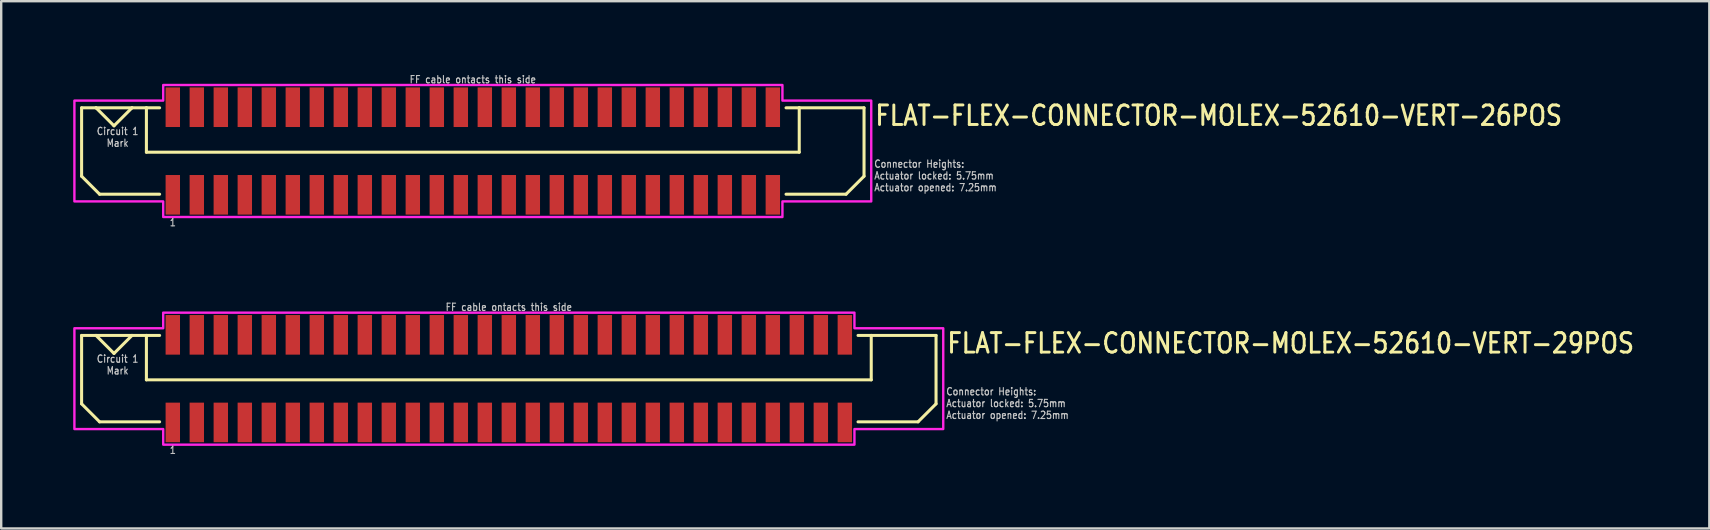
<source format=kicad_pcb>
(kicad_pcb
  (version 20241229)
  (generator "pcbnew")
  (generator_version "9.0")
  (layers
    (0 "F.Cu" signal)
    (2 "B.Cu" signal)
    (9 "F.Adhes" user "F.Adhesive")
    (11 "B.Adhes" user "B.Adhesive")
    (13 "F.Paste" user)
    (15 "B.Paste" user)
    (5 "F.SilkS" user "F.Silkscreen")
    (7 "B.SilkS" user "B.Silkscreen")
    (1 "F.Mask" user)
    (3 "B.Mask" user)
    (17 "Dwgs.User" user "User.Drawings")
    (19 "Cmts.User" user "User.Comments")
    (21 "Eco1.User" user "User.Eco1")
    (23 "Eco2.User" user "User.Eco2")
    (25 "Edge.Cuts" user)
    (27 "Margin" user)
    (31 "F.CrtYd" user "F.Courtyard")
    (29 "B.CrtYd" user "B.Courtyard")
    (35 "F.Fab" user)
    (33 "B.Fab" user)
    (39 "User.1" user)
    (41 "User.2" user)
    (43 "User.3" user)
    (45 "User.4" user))
  (footprint "FLAT-FLEX-CONNECTOR-MOLEX-52610-VERT-29POS"
    (layer "F.Cu")
    (at 18.15 12.726)
    (property "Reference" "FLAT-FLEX-CONNECTOR-MOLEX-52610-VERT-29POS" (at 18.2 -1 0) (unlocked yes) (layer "F.SilkS") (effects (font (size 0.813 0.695) (thickness 0.122)) (justify left bottom)))
    (fp_line (start -17.8 -1.8) (end -17.8 1.05) (stroke (width 0.127) (type solid)) (layer "F.SilkS"))
    (fp_line (start -17.8 1.05) (end -17.05 1.8) (stroke (width 0.127) (type solid)) (layer "F.SilkS"))
    (fp_line (start -17.2 -1.8) (end -17.8 -1.8) (stroke (width 0.127) (type solid)) (layer "F.SilkS"))
    (fp_line (start -17.2 -1.8) (end -16.45 -1.05) (stroke (width 0.127) (type solid)) (layer "F.SilkS"))
    (fp_line (start -17.05 1.8) (end -14.55 1.8) (stroke (width 0.127) (type solid)) (layer "F.SilkS"))
    (fp_line (start -16.45 -1.05) (end -15.7 -1.8) (stroke (width 0.127) (type solid)) (layer "F.SilkS"))
    (fp_line (start -15.7 -1.8) (end -17.2 -1.8) (stroke (width 0.127) (type solid)) (layer "F.SilkS"))
    (fp_line (start -15.1 -1.8) (end -15.7 -1.8) (stroke (width 0.127) (type solid)) (layer "F.SilkS"))
    (fp_line (start -15.1 -1.8) (end -15.1 0.05) (stroke (width 0.127) (type solid)) (layer "F.SilkS"))
    (fp_line (start -15.1 0.05) (end 15.1 0.05) (stroke (width 0.127) (type solid)) (layer "F.SilkS"))
    (fp_line (start -14.55 -1.8) (end -15.1 -1.8) (stroke (width 0.127) (type solid)) (layer "F.SilkS"))
    (fp_line (start 14.55 -1.8) (end 15.1 -1.8) (stroke (width 0.127) (type solid)) (layer "F.SilkS"))
    (fp_line (start 15.1 -1.8) (end 17.8 -1.8) (stroke (width 0.127) (type solid)) (layer "F.SilkS"))
    (fp_line (start 15.1 0.05) (end 15.1 -1.8) (stroke (width 0.127) (type solid)) (layer "F.SilkS"))
    (fp_line (start 17.05 1.8) (end 14.55 1.8) (stroke (width 0.127) (type solid)) (layer "F.SilkS"))
    (fp_line (start 17.8 -1.8) (end 17.8 1.05) (stroke (width 0.127) (type solid)) (layer "F.SilkS"))
    (fp_line (start 17.8 1.05) (end 17.05 1.8) (stroke (width 0.127) (type solid)) (layer "F.SilkS"))
    (fp_poly (pts (xy -18.1 -2.1) (xy -14.4 -2.1) (xy -14.4 -2.75) (xy 14.4 -2.75) (xy 14.4 -2.1) (xy 18.1 -2.1) (xy 18.1 2.1) (xy 14.4 2.1) (xy 14.4 2.75) (xy -14.4 2.75) (xy -14.4 2.1) (xy -18.1 2.1)) (stroke (width 0.1) (type solid)) (fill no) (layer "F.CrtYd"))
    (fp_text user "FF cable ontacts this side" (at 0 -2.8 0) (unlocked yes) (layer "Dwgs.User") (effects (font (size 0.305 0.261) (thickness 0.046)) (justify bottom)))
    (fp_text user "Circuit 1\nMark" (at -16.3 -1 0) (unlocked yes) (layer "Dwgs.User") (effects (font (size 0.305 0.261) (thickness 0.046)) (justify top)))
    (fp_text user "1" (at -14 2.8 0) (unlocked yes) (layer "Dwgs.User") (effects (font (size 0.305 0.261) (thickness 0.046)) (justify top)))
    (fp_text user "Connector Heights:\nActuator locked: 5.75mm\nActuator opened: 7.25mm" (at 18.2 1.7 0) (unlocked yes) (layer "Dwgs.User") (effects (font (size 0.305 0.261) (thickness 0.046)) (justify left bottom)))
    (pad "PC1" smd rect (at -14 -1.825) (size 0.6 1.65) (layers "F.Cu" "F.Mask" "F.Paste"))
    (pad "PC2" smd rect (at -13 -1.825) (size 0.6 1.65) (layers "F.Cu" "F.Mask" "F.Paste"))
    (pad "PC3" smd rect (at -12 -1.825) (size 0.6 1.65) (layers "F.Cu" "F.Mask" "F.Paste"))
    (pad "PC4" smd rect (at -11 -1.825) (size 0.6 1.65) (layers "F.Cu" "F.Mask" "F.Paste"))
    (pad "PC5" smd rect (at -10 -1.825) (size 0.6 1.65) (layers "F.Cu" "F.Mask" "F.Paste"))
    (pad "PC6" smd rect (at -9 -1.825) (size 0.6 1.65) (layers "F.Cu" "F.Mask" "F.Paste"))
    (pad "PC7" smd rect (at -8 -1.825) (size 0.6 1.65) (layers "F.Cu" "F.Mask" "F.Paste"))
    (pad "PC8" smd rect (at -7 -1.825) (size 0.6 1.65) (layers "F.Cu" "F.Mask" "F.Paste"))
    (pad "PC9" smd rect (at -6 -1.825) (size 0.6 1.65) (layers "F.Cu" "F.Mask" "F.Paste"))
    (pad "PC10" smd rect (at -5 -1.825) (size 0.6 1.65) (layers "F.Cu" "F.Mask" "F.Paste"))
    (pad "PC11" smd rect (at -4 -1.825) (size 0.6 1.65) (layers "F.Cu" "F.Mask" "F.Paste"))
    (pad "PC12" smd rect (at -3 -1.825) (size 0.6 1.65) (layers "F.Cu" "F.Mask" "F.Paste"))
    (pad "PC13" smd rect (at -2 -1.825) (size 0.6 1.65) (layers "F.Cu" "F.Mask" "F.Paste"))
    (pad "PC14" smd rect (at -1 -1.825) (size 0.6 1.65) (layers "F.Cu" "F.Mask" "F.Paste"))
    (pad "PC15" smd rect (at 0 -1.825) (size 0.6 1.65) (layers "F.Cu" "F.Mask" "F.Paste"))
    (pad "PC16" smd rect (at 1 -1.825) (size 0.6 1.65) (layers "F.Cu" "F.Mask" "F.Paste"))
    (pad "PC17" smd rect (at 2 -1.825) (size 0.6 1.65) (layers "F.Cu" "F.Mask" "F.Paste"))
    (pad "PC18" smd rect (at 3 -1.825) (size 0.6 1.65) (layers "F.Cu" "F.Mask" "F.Paste"))
    (pad "PC19" smd rect (at 4 -1.825) (size 0.6 1.65) (layers "F.Cu" "F.Mask" "F.Paste"))
    (pad "PC20" smd rect (at 5 -1.825) (size 0.6 1.65) (layers "F.Cu" "F.Mask" "F.Paste"))
    (pad "PC21" smd rect (at 6 -1.825) (size 0.6 1.65) (layers "F.Cu" "F.Mask" "F.Paste"))
    (pad "PC22" smd rect (at 7 -1.825) (size 0.6 1.65) (layers "F.Cu" "F.Mask" "F.Paste"))
    (pad "PC23" smd rect (at 8 -1.825) (size 0.6 1.65) (layers "F.Cu" "F.Mask" "F.Paste"))
    (pad "PC24" smd rect (at 9 -1.825) (size 0.6 1.65) (layers "F.Cu" "F.Mask" "F.Paste"))
    (pad "PC25" smd rect (at 10 -1.825) (size 0.6 1.65) (layers "F.Cu" "F.Mask" "F.Paste"))
    (pad "PC26" smd rect (at 11 -1.825) (size 0.6 1.65) (layers "F.Cu" "F.Mask" "F.Paste"))
    (pad "PC27" smd rect (at 12 -1.825) (size 0.6 1.65) (layers "F.Cu" "F.Mask" "F.Paste"))
    (pad "PC28" smd rect (at 13 -1.825) (size 0.6 1.65) (layers "F.Cu" "F.Mask" "F.Paste"))
    (pad "PC29" smd rect (at 14 -1.825) (size 0.6 1.65) (layers "F.Cu" "F.Mask" "F.Paste"))
    (pad "PS1" smd rect (at -14 1.825) (size 0.6 1.65) (layers "F.Cu" "F.Mask" "F.Paste"))
    (pad "PS2" smd rect (at -13 1.825) (size 0.6 1.65) (layers "F.Cu" "F.Mask" "F.Paste"))
    (pad "PS3" smd rect (at -12 1.825) (size 0.6 1.65) (layers "F.Cu" "F.Mask" "F.Paste"))
    (pad "PS4" smd rect (at -11 1.825) (size 0.6 1.65) (layers "F.Cu" "F.Mask" "F.Paste"))
    (pad "PS5" smd rect (at -10 1.825) (size 0.6 1.65) (layers "F.Cu" "F.Mask" "F.Paste"))
    (pad "PS6" smd rect (at -9 1.825) (size 0.6 1.65) (layers "F.Cu" "F.Mask" "F.Paste"))
    (pad "PS7" smd rect (at -8 1.825) (size 0.6 1.65) (layers "F.Cu" "F.Mask" "F.Paste"))
    (pad "PS8" smd rect (at -7 1.825) (size 0.6 1.65) (layers "F.Cu" "F.Mask" "F.Paste"))
    (pad "PS9" smd rect (at -6 1.825) (size 0.6 1.65) (layers "F.Cu" "F.Mask" "F.Paste"))
    (pad "PS10" smd rect (at -5 1.825) (size 0.6 1.65) (layers "F.Cu" "F.Mask" "F.Paste"))
    (pad "PS11" smd rect (at -4 1.825) (size 0.6 1.65) (layers "F.Cu" "F.Mask" "F.Paste"))
    (pad "PS12" smd rect (at -3 1.825) (size 0.6 1.65) (layers "F.Cu" "F.Mask" "F.Paste"))
    (pad "PS13" smd rect (at -2 1.825) (size 0.6 1.65) (layers "F.Cu" "F.Mask" "F.Paste"))
    (pad "PS14" smd rect (at -1 1.825) (size 0.6 1.65) (layers "F.Cu" "F.Mask" "F.Paste"))
    (pad "PS15" smd rect (at 0 1.825) (size 0.6 1.65) (layers "F.Cu" "F.Mask" "F.Paste"))
    (pad "PS16" smd rect (at 1 1.825) (size 0.6 1.65) (layers "F.Cu" "F.Mask" "F.Paste"))
    (pad "PS17" smd rect (at 2 1.825) (size 0.6 1.65) (layers "F.Cu" "F.Mask" "F.Paste"))
    (pad "PS18" smd rect (at 3 1.825) (size 0.6 1.65) (layers "F.Cu" "F.Mask" "F.Paste"))
    (pad "PS19" smd rect (at 4 1.825) (size 0.6 1.65) (layers "F.Cu" "F.Mask" "F.Paste"))
    (pad "PS20" smd rect (at 5 1.825) (size 0.6 1.65) (layers "F.Cu" "F.Mask" "F.Paste"))
    (pad "PS21" smd rect (at 6 1.825) (size 0.6 1.65) (layers "F.Cu" "F.Mask" "F.Paste"))
    (pad "PS22" smd rect (at 7 1.825) (size 0.6 1.65) (layers "F.Cu" "F.Mask" "F.Paste"))
    (pad "PS23" smd rect (at 8 1.825) (size 0.6 1.65) (layers "F.Cu" "F.Mask" "F.Paste"))
    (pad "PS24" smd rect (at 9 1.825) (size 0.6 1.65) (layers "F.Cu" "F.Mask" "F.Paste"))
    (pad "PS25" smd rect (at 10 1.825) (size 0.6 1.65) (layers "F.Cu" "F.Mask" "F.Paste"))
    (pad "PS26" smd rect (at 11 1.825) (size 0.6 1.65) (layers "F.Cu" "F.Mask" "F.Paste"))
    (pad "PS27" smd rect (at 12 1.825) (size 0.6 1.65) (layers "F.Cu" "F.Mask" "F.Paste"))
    (pad "PS28" smd rect (at 13 1.825) (size 0.6 1.65) (layers "F.Cu" "F.Mask" "F.Paste"))
    (pad "PS29" smd rect (at 14 1.825) (size 0.6 1.65) (layers "F.Cu" "F.Mask" "F.Paste")))
  (footprint "FLAT-FLEX-CONNECTOR-MOLEX-52610-VERT-26POS"
    (layer "F.Cu")
    (at 16.65 3.242)
    (property "Reference" "FLAT-FLEX-CONNECTOR-MOLEX-52610-VERT-26POS" (at 16.7 -1 0) (unlocked yes) (layer "F.SilkS") (effects (font (size 0.813 0.695) (thickness 0.122)) (justify left bottom)))
    (fp_line (start -16.3 -1.8) (end -16.3 1.05) (stroke (width 0.127) (type solid)) (layer "F.SilkS"))
    (fp_line (start -16.3 1.05) (end -15.55 1.8) (stroke (width 0.127) (type solid)) (layer "F.SilkS"))
    (fp_line (start -15.7 -1.8) (end -16.3 -1.8) (stroke (width 0.127) (type solid)) (layer "F.SilkS"))
    (fp_line (start -15.7 -1.8) (end -14.95 -1.05) (stroke (width 0.127) (type solid)) (layer "F.SilkS"))
    (fp_line (start -15.55 1.8) (end -13.05 1.8) (stroke (width 0.127) (type solid)) (layer "F.SilkS"))
    (fp_line (start -14.95 -1.05) (end -14.2 -1.8) (stroke (width 0.127) (type solid)) (layer "F.SilkS"))
    (fp_line (start -14.2 -1.8) (end -15.7 -1.8) (stroke (width 0.127) (type solid)) (layer "F.SilkS"))
    (fp_line (start -13.6 -1.8) (end -14.2 -1.8) (stroke (width 0.127) (type solid)) (layer "F.SilkS"))
    (fp_line (start -13.6 -1.8) (end -13.6 0.05) (stroke (width 0.127) (type solid)) (layer "F.SilkS"))
    (fp_line (start -13.6 0.05) (end 13.6 0.05) (stroke (width 0.127) (type solid)) (layer "F.SilkS"))
    (fp_line (start -13.05 -1.8) (end -13.6 -1.8) (stroke (width 0.127) (type solid)) (layer "F.SilkS"))
    (fp_line (start 13.05 -1.8) (end 13.6 -1.8) (stroke (width 0.127) (type solid)) (layer "F.SilkS"))
    (fp_line (start 13.6 -1.8) (end 16.3 -1.8) (stroke (width 0.127) (type solid)) (layer "F.SilkS"))
    (fp_line (start 13.6 0.05) (end 13.6 -1.8) (stroke (width 0.127) (type solid)) (layer "F.SilkS"))
    (fp_line (start 15.55 1.8) (end 13.05 1.8) (stroke (width 0.127) (type solid)) (layer "F.SilkS"))
    (fp_line (start 16.3 -1.8) (end 16.3 1.05) (stroke (width 0.127) (type solid)) (layer "F.SilkS"))
    (fp_line (start 16.3 1.05) (end 15.55 1.8) (stroke (width 0.127) (type solid)) (layer "F.SilkS"))
    (fp_poly (pts (xy -16.6 -2.1) (xy -12.9 -2.1) (xy -12.9 -2.75) (xy 12.9 -2.75) (xy 12.9 -2.1) (xy 16.6 -2.1) (xy 16.6 2.1) (xy 12.9 2.1) (xy 12.9 2.75) (xy -12.9 2.75) (xy -12.9 2.1) (xy -16.6 2.1)) (stroke (width 0.1) (type solid)) (fill no) (layer "F.CrtYd"))
    (fp_text user "FF cable ontacts this side" (at 0 -2.8 0) (unlocked yes) (layer "Dwgs.User") (effects (font (size 0.305 0.261) (thickness 0.046)) (justify bottom)))
    (fp_text user "Connector Heights:\nActuator locked: 5.75mm\nActuator opened: 7.25mm" (at 16.7 1.7 0) (unlocked yes) (layer "Dwgs.User") (effects (font (size 0.305 0.261) (thickness 0.046)) (justify left bottom)))
    (fp_text user "Circuit 1\nMark" (at -14.8 -1 0) (unlocked yes) (layer "Dwgs.User") (effects (font (size 0.305 0.261) (thickness 0.046)) (justify top)))
    (fp_text user "1" (at -12.5 2.8 0) (unlocked yes) (layer "Dwgs.User") (effects (font (size 0.305 0.261) (thickness 0.046)) (justify top)))
    (pad "PC1" smd rect (at -12.5 -1.825) (size 0.6 1.65) (layers "F.Cu" "F.Mask" "F.Paste"))
    (pad "PC2" smd rect (at -11.5 -1.825) (size 0.6 1.65) (layers "F.Cu" "F.Mask" "F.Paste"))
    (pad "PC3" smd rect (at -10.5 -1.825) (size 0.6 1.65) (layers "F.Cu" "F.Mask" "F.Paste"))
    (pad "PC4" smd rect (at -9.5 -1.825) (size 0.6 1.65) (layers "F.Cu" "F.Mask" "F.Paste"))
    (pad "PC5" smd rect (at -8.5 -1.825) (size 0.6 1.65) (layers "F.Cu" "F.Mask" "F.Paste"))
    (pad "PC6" smd rect (at -7.5 -1.825) (size 0.6 1.65) (layers "F.Cu" "F.Mask" "F.Paste"))
    (pad "PC7" smd rect (at -6.5 -1.825) (size 0.6 1.65) (layers "F.Cu" "F.Mask" "F.Paste"))
    (pad "PC8" smd rect (at -5.5 -1.825) (size 0.6 1.65) (layers "F.Cu" "F.Mask" "F.Paste"))
    (pad "PC9" smd rect (at -4.5 -1.825) (size 0.6 1.65) (layers "F.Cu" "F.Mask" "F.Paste"))
    (pad "PC10" smd rect (at -3.5 -1.825) (size 0.6 1.65) (layers "F.Cu" "F.Mask" "F.Paste"))
    (pad "PC11" smd rect (at -2.5 -1.825) (size 0.6 1.65) (layers "F.Cu" "F.Mask" "F.Paste"))
    (pad "PC12" smd rect (at -1.5 -1.825) (size 0.6 1.65) (layers "F.Cu" "F.Mask" "F.Paste"))
    (pad "PC13" smd rect (at -0.5 -1.825) (size 0.6 1.65) (layers "F.Cu" "F.Mask" "F.Paste"))
    (pad "PC14" smd rect (at 0.5 -1.825) (size 0.6 1.65) (layers "F.Cu" "F.Mask" "F.Paste"))
    (pad "PC15" smd rect (at 1.5 -1.825) (size 0.6 1.65) (layers "F.Cu" "F.Mask" "F.Paste"))
    (pad "PC16" smd rect (at 2.5 -1.825) (size 0.6 1.65) (layers "F.Cu" "F.Mask" "F.Paste"))
    (pad "PC17" smd rect (at 3.5 -1.825) (size 0.6 1.65) (layers "F.Cu" "F.Mask" "F.Paste"))
    (pad "PC18" smd rect (at 4.5 -1.825) (size 0.6 1.65) (layers "F.Cu" "F.Mask" "F.Paste"))
    (pad "PC19" smd rect (at 5.5 -1.825) (size 0.6 1.65) (layers "F.Cu" "F.Mask" "F.Paste"))
    (pad "PC20" smd rect (at 6.5 -1.825) (size 0.6 1.65) (layers "F.Cu" "F.Mask" "F.Paste"))
    (pad "PC21" smd rect (at 7.5 -1.825) (size 0.6 1.65) (layers "F.Cu" "F.Mask" "F.Paste"))
    (pad "PC22" smd rect (at 8.5 -1.825) (size 0.6 1.65) (layers "F.Cu" "F.Mask" "F.Paste"))
    (pad "PC23" smd rect (at 9.5 -1.825) (size 0.6 1.65) (layers "F.Cu" "F.Mask" "F.Paste"))
    (pad "PC24" smd rect (at 10.5 -1.825) (size 0.6 1.65) (layers "F.Cu" "F.Mask" "F.Paste"))
    (pad "PC25" smd rect (at 11.5 -1.825) (size 0.6 1.65) (layers "F.Cu" "F.Mask" "F.Paste"))
    (pad "PC26" smd rect (at 12.5 -1.825) (size 0.6 1.65) (layers "F.Cu" "F.Mask" "F.Paste"))
    (pad "PS1" smd rect (at -12.5 1.825) (size 0.6 1.65) (layers "F.Cu" "F.Mask" "F.Paste"))
    (pad "PS2" smd rect (at -11.5 1.825) (size 0.6 1.65) (layers "F.Cu" "F.Mask" "F.Paste"))
    (pad "PS3" smd rect (at -10.5 1.825) (size 0.6 1.65) (layers "F.Cu" "F.Mask" "F.Paste"))
    (pad "PS4" smd rect (at -9.5 1.825) (size 0.6 1.65) (layers "F.Cu" "F.Mask" "F.Paste"))
    (pad "PS5" smd rect (at -8.5 1.825) (size 0.6 1.65) (layers "F.Cu" "F.Mask" "F.Paste"))
    (pad "PS6" smd rect (at -7.5 1.825) (size 0.6 1.65) (layers "F.Cu" "F.Mask" "F.Paste"))
    (pad "PS7" smd rect (at -6.5 1.825) (size 0.6 1.65) (layers "F.Cu" "F.Mask" "F.Paste"))
    (pad "PS8" smd rect (at -5.5 1.825) (size 0.6 1.65) (layers "F.Cu" "F.Mask" "F.Paste"))
    (pad "PS9" smd rect (at -4.5 1.825) (size 0.6 1.65) (layers "F.Cu" "F.Mask" "F.Paste"))
    (pad "PS10" smd rect (at -3.5 1.825) (size 0.6 1.65) (layers "F.Cu" "F.Mask" "F.Paste"))
    (pad "PS11" smd rect (at -2.5 1.825) (size 0.6 1.65) (layers "F.Cu" "F.Mask" "F.Paste"))
    (pad "PS12" smd rect (at -1.5 1.825) (size 0.6 1.65) (layers "F.Cu" "F.Mask" "F.Paste"))
    (pad "PS13" smd rect (at -0.5 1.825) (size 0.6 1.65) (layers "F.Cu" "F.Mask" "F.Paste"))
    (pad "PS14" smd rect (at 0.5 1.825) (size 0.6 1.65) (layers "F.Cu" "F.Mask" "F.Paste"))
    (pad "PS15" smd rect (at 1.5 1.825) (size 0.6 1.65) (layers "F.Cu" "F.Mask" "F.Paste"))
    (pad "PS16" smd rect (at 2.5 1.825) (size 0.6 1.65) (layers "F.Cu" "F.Mask" "F.Paste"))
    (pad "PS17" smd rect (at 3.5 1.825) (size 0.6 1.65) (layers "F.Cu" "F.Mask" "F.Paste"))
    (pad "PS18" smd rect (at 4.5 1.825) (size 0.6 1.65) (layers "F.Cu" "F.Mask" "F.Paste"))
    (pad "PS19" smd rect (at 5.5 1.825) (size 0.6 1.65) (layers "F.Cu" "F.Mask" "F.Paste"))
    (pad "PS20" smd rect (at 6.5 1.825) (size 0.6 1.65) (layers "F.Cu" "F.Mask" "F.Paste"))
    (pad "PS21" smd rect (at 7.5 1.825) (size 0.6 1.65) (layers "F.Cu" "F.Mask" "F.Paste"))
    (pad "PS22" smd rect (at 8.5 1.825) (size 0.6 1.65) (layers "F.Cu" "F.Mask" "F.Paste"))
    (pad "PS23" smd rect (at 9.5 1.825) (size 0.6 1.65) (layers "F.Cu" "F.Mask" "F.Paste"))
    (pad "PS24" smd rect (at 10.5 1.825) (size 0.6 1.65) (layers "F.Cu" "F.Mask" "F.Paste"))
    (pad "PS25" smd rect (at 11.5 1.825) (size 0.6 1.65) (layers "F.Cu" "F.Mask" "F.Paste"))
    (pad "PS26" smd rect (at 12.5 1.825) (size 0.6 1.65) (layers "F.Cu" "F.Mask" "F.Paste")))
  (gr_rect
    (start -3 -3)
    (end 68.169 18.968)
    (stroke (width 0.1) (type default))
    (fill no)
    (layer "Edge.Cuts")))
</source>
